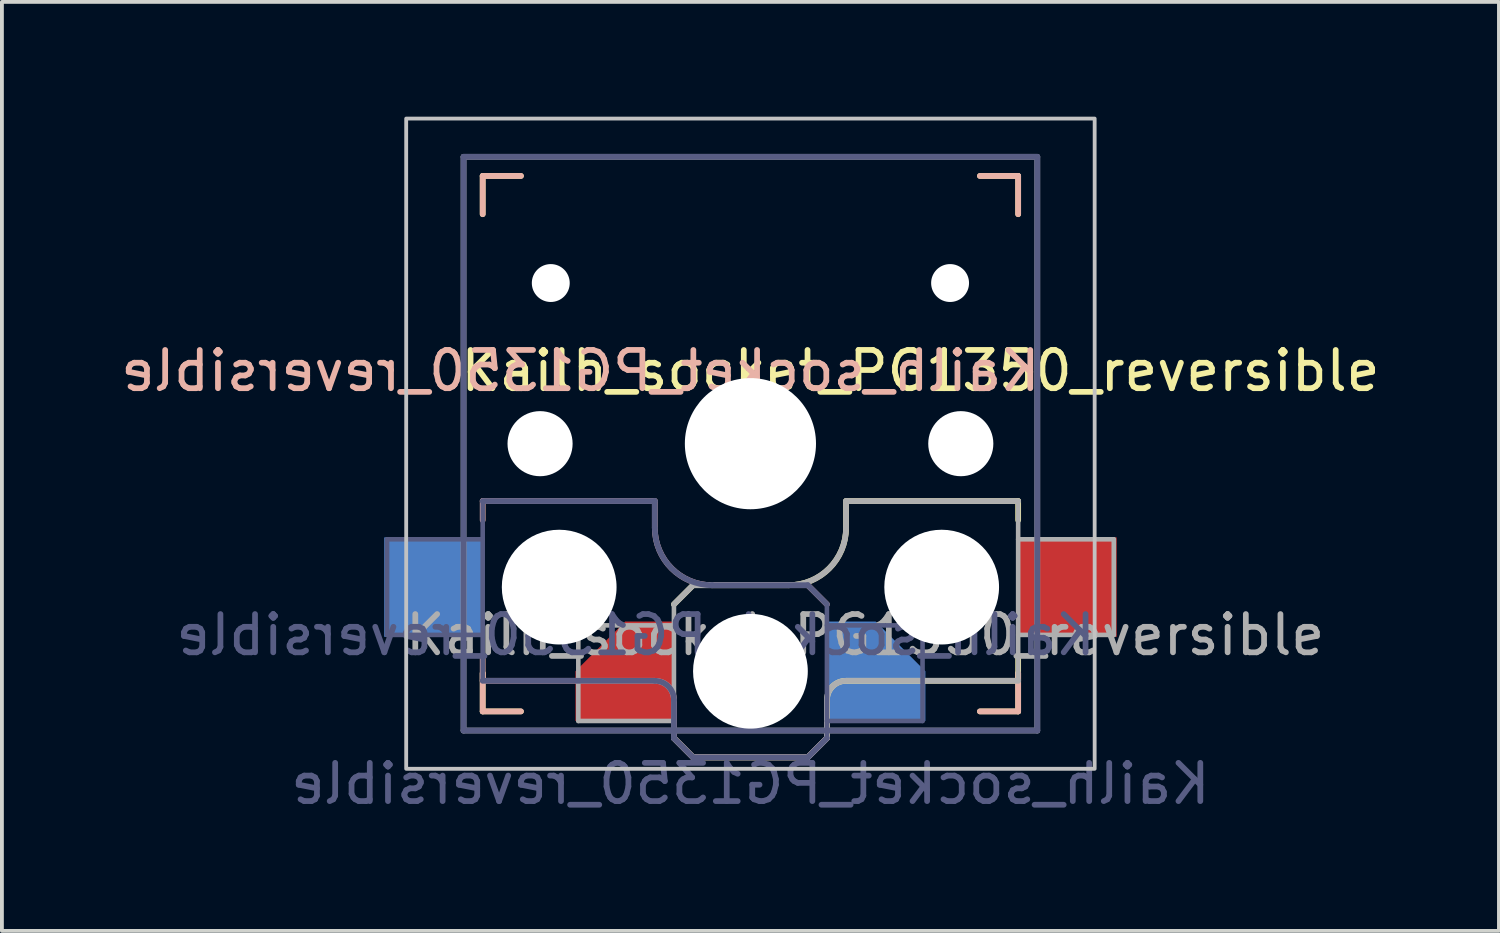
<source format=kicad_pcb>
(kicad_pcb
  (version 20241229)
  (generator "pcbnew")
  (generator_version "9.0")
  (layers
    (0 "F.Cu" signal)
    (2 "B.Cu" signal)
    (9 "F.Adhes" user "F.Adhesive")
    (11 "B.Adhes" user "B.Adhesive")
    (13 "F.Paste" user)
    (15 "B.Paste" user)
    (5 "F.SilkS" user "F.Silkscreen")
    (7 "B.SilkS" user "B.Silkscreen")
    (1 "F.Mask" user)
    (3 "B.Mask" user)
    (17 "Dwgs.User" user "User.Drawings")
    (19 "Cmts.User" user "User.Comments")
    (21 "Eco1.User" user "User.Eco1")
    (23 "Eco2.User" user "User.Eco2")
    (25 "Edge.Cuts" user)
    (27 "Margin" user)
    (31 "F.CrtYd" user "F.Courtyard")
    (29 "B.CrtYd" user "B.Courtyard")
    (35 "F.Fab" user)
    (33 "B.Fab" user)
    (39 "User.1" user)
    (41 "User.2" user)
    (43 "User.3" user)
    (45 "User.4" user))
  (footprint "Kailh_socket_PG1350_reversible"
    (layer "F.Cu")
    (at 16.57 8.55)
    (property "Reference" "Kailh_socket_PG1350_reversible" (at 4.445 -1.905 0) (layer "F.SilkS") (effects (font (size 1 1) (thickness 0.15))))
    (property "Value" "Kailh_socket_PG1350_reversible" (at 0 8.89 0) (layer "F.Fab") (hide yes) (effects (font (size 1 1) (thickness 0.15))))
    (attr smd)
    (fp_line (start -7 -7) (end -6 -7) (stroke (width 0.15) (type solid)) (layer "F.SilkS"))
    (fp_line (start -7 -6) (end -7 -7) (stroke (width 0.15) (type solid)) (layer "F.SilkS"))
    (fp_line (start -7 7) (end -7 6) (stroke (width 0.15) (type solid)) (layer "F.SilkS"))
    (fp_line (start -6 7) (end -7 7) (stroke (width 0.15) (type solid)) (layer "F.SilkS"))
    (fp_line (start -2 4.2) (end -1.5 3.7) (stroke (width 0.15) (type solid)) (layer "F.SilkS"))
    (fp_line (start -2 7.7) (end -1.5 8.2) (stroke (width 0.15) (type solid)) (layer "F.SilkS"))
    (fp_line (start -1.5 3.7) (end 1 3.7) (stroke (width 0.15) (type solid)) (layer "F.SilkS"))
    (fp_line (start -1.5 8.2) (end 1.5 8.2) (stroke (width 0.15) (type solid)) (layer "F.SilkS"))
    (fp_line (start 1.5 8.2) (end 2 7.7) (stroke (width 0.15) (type solid)) (layer "F.SilkS"))
    (fp_line (start 2 6.7) (end 2 7.7) (stroke (width 0.15) (type solid)) (layer "F.SilkS"))
    (fp_line (start 2.5 1.5) (end 7 1.5) (stroke (width 0.15) (type solid)) (layer "F.SilkS"))
    (fp_line (start 2.5 2.2) (end 2.5 1.5) (stroke (width 0.15) (type solid)) (layer "F.SilkS"))
    (fp_line (start 6 -7) (end 7 -7) (stroke (width 0.15) (type solid)) (layer "F.SilkS"))
    (fp_line (start 7 -7) (end 7 -6) (stroke (width 0.15) (type solid)) (layer "F.SilkS"))
    (fp_line (start 7 1.5) (end 7 2) (stroke (width 0.15) (type solid)) (layer "F.SilkS"))
    (fp_line (start 7 5.6) (end 7 6.2) (stroke (width 0.15) (type solid)) (layer "F.SilkS"))
    (fp_line (start 7 6) (end 7 7) (stroke (width 0.15) (type solid)) (layer "F.SilkS"))
    (fp_line (start 7 6.2) (end 2.5 6.2) (stroke (width 0.15) (type solid)) (layer "F.SilkS"))
    (fp_line (start 7 7) (end 6 7) (stroke (width 0.15) (type solid)) (layer "F.SilkS"))
    (fp_arc (start 2 6.7) (mid 2.146447 6.346447) (end 2.5 6.2) (stroke (width 0.15) (type solid)) (layer "F.SilkS"))
    (fp_arc (start 2.5 2.2) (mid 2.06066 3.26066) (end 1 3.7) (stroke (width 0.15) (type solid)) (layer "F.SilkS"))
    (fp_line (start -7 -7) (end -6 -7) (stroke (width 0.15) (type solid)) (layer "B.SilkS"))
    (fp_line (start -7 -6) (end -7 -7) (stroke (width 0.15) (type solid)) (layer "B.SilkS"))
    (fp_line (start -7 1.5) (end -7 2) (stroke (width 0.15) (type solid)) (layer "B.SilkS"))
    (fp_line (start -7 5.6) (end -7 6.2) (stroke (width 0.15) (type solid)) (layer "B.SilkS"))
    (fp_line (start -7 6.2) (end -2.5 6.2) (stroke (width 0.15) (type solid)) (layer "B.SilkS"))
    (fp_line (start -7 7) (end -7 6) (stroke (width 0.15) (type solid)) (layer "B.SilkS"))
    (fp_line (start -6 7) (end -7 7) (stroke (width 0.15) (type solid)) (layer "B.SilkS"))
    (fp_line (start -2.5 1.5) (end -7 1.5) (stroke (width 0.15) (type solid)) (layer "B.SilkS"))
    (fp_line (start -2.5 2.2) (end -2.5 1.5) (stroke (width 0.15) (type solid)) (layer "B.SilkS"))
    (fp_line (start -2 6.7) (end -2 7.7) (stroke (width 0.15) (type solid)) (layer "B.SilkS"))
    (fp_line (start -1.5 8.2) (end -2 7.7) (stroke (width 0.15) (type solid)) (layer "B.SilkS"))
    (fp_line (start 1.5 3.7) (end -1 3.7) (stroke (width 0.15) (type solid)) (layer "B.SilkS"))
    (fp_line (start 1.5 8.2) (end -1.5 8.2) (stroke (width 0.15) (type solid)) (layer "B.SilkS"))
    (fp_line (start 2 4.2) (end 1.5 3.7) (stroke (width 0.15) (type solid)) (layer "B.SilkS"))
    (fp_line (start 2 7.7) (end 1.5 8.2) (stroke (width 0.15) (type solid)) (layer "B.SilkS"))
    (fp_line (start 6 -7) (end 7 -7) (stroke (width 0.15) (type solid)) (layer "B.SilkS"))
    (fp_line (start 7 -7) (end 7 -6) (stroke (width 0.15) (type solid)) (layer "B.SilkS"))
    (fp_line (start 7 6) (end 7 7) (stroke (width 0.15) (type solid)) (layer "B.SilkS"))
    (fp_line (start 7 7) (end 6 7) (stroke (width 0.15) (type solid)) (layer "B.SilkS"))
    (fp_arc (start -2.5 6.2) (mid -2.146447 6.346447) (end -2 6.7) (stroke (width 0.15) (type solid)) (layer "B.SilkS"))
    (fp_arc (start -1 3.7) (mid -2.06066 3.26066) (end -2.5 2.2) (stroke (width 0.15) (type solid)) (layer "B.SilkS"))
    (fp_rect (start -9 -8.5) (end 9 8.5) (stroke (width 0.1) (type default)) (fill no) (layer "Dwgs.User"))
    (fp_line (start -6.9 6.9) (end -6.9 -6.9) (stroke (width 0.15) (type solid)) (layer "Eco2.User"))
    (fp_line (start -6.9 6.9) (end 6.9 6.9) (stroke (width 0.15) (type solid)) (layer "Eco2.User"))
    (fp_line (start -2.6 -3.1) (end -2.6 -6.3) (stroke (width 0.15) (type solid)) (layer "Eco2.User"))
    (fp_line (start -2.6 -3.1) (end 2.6 -3.1) (stroke (width 0.15) (type solid)) (layer "Eco2.User"))
    (fp_line (start 2.6 -6.3) (end -2.6 -6.3) (stroke (width 0.15) (type solid)) (layer "Eco2.User"))
    (fp_line (start 2.6 -3.1) (end 2.6 -6.3) (stroke (width 0.15) (type solid)) (layer "Eco2.User"))
    (fp_line (start 6.9 -6.9) (end -6.9 -6.9) (stroke (width 0.15) (type solid)) (layer "Eco2.User"))
    (fp_line (start 6.9 -6.9) (end 6.9 6.9) (stroke (width 0.15) (type solid)) (layer "Eco2.User"))
    (fp_line (start -9.5 2.5) (end -7 2.5) (stroke (width 0.12) (type solid)) (layer "B.Fab"))
    (fp_line (start -9.5 5) (end -9.5 2.5) (stroke (width 0.12) (type solid)) (layer "B.Fab"))
    (fp_line (start -7.5 -7.5) (end 7.5 -7.5) (stroke (width 0.15) (type solid)) (layer "B.Fab"))
    (fp_line (start -7.5 7.5) (end -7.5 -7.5) (stroke (width 0.15) (type solid)) (layer "B.Fab"))
    (fp_line (start -7 1.5) (end -7 6.2) (stroke (width 0.12) (type solid)) (layer "B.Fab"))
    (fp_line (start -7 5) (end -9.5 5) (stroke (width 0.12) (type solid)) (layer "B.Fab"))
    (fp_line (start -7 6.2) (end -2.5 6.2) (stroke (width 0.15) (type solid)) (layer "B.Fab"))
    (fp_line (start -2.5 1.5) (end -7 1.5) (stroke (width 0.15) (type solid)) (layer "B.Fab"))
    (fp_line (start -2.5 2.2) (end -2.5 1.5) (stroke (width 0.15) (type solid)) (layer "B.Fab"))
    (fp_line (start -2 6.7) (end -2 7.7) (stroke (width 0.15) (type solid)) (layer "B.Fab"))
    (fp_line (start -1.5 8.2) (end -2 7.7) (stroke (width 0.15) (type solid)) (layer "B.Fab"))
    (fp_line (start 1.5 3.7) (end -1 3.7) (stroke (width 0.15) (type solid)) (layer "B.Fab"))
    (fp_line (start 1.5 8.2) (end -1.5 8.2) (stroke (width 0.15) (type solid)) (layer "B.Fab"))
    (fp_line (start 2 4.2) (end 1.5 3.7) (stroke (width 0.15) (type solid)) (layer "B.Fab"))
    (fp_line (start 2 4.25) (end 2 7.7) (stroke (width 0.12) (type solid)) (layer "B.Fab"))
    (fp_line (start 2 4.75) (end 4.5 4.75) (stroke (width 0.12) (type solid)) (layer "B.Fab"))
    (fp_line (start 2 7.7) (end 1.5 8.2) (stroke (width 0.15) (type solid)) (layer "B.Fab"))
    (fp_line (start 4.5 4.75) (end 4.5 7.25) (stroke (width 0.12) (type solid)) (layer "B.Fab"))
    (fp_line (start 4.5 7.25) (end 2 7.25) (stroke (width 0.12) (type solid)) (layer "B.Fab"))
    (fp_line (start 7.5 -7.5) (end 7.5 7.5) (stroke (width 0.15) (type solid)) (layer "B.Fab"))
    (fp_line (start 7.5 7.5) (end -7.5 7.5) (stroke (width 0.15) (type solid)) (layer "B.Fab"))
    (fp_arc (start -2.5 6.2) (mid -2.146447 6.346447) (end -2 6.7) (stroke (width 0.15) (type solid)) (layer "B.Fab"))
    (fp_arc (start -1 3.7) (mid -2.06066 3.26066) (end -2.5 2.2) (stroke (width 0.15) (type solid)) (layer "B.Fab"))
    (fp_line (start -7.5 -7.5) (end 7.5 -7.5) (stroke (width 0.15) (type solid)) (layer "F.Fab"))
    (fp_line (start -7.5 7.5) (end -7.5 -7.5) (stroke (width 0.15) (type solid)) (layer "F.Fab"))
    (fp_line (start -4.5 4.75) (end -4.5 7.25) (stroke (width 0.12) (type solid)) (layer "F.Fab"))
    (fp_line (start -4.5 7.25) (end -2 7.25) (stroke (width 0.12) (type solid)) (layer "F.Fab"))
    (fp_line (start -2 4.2) (end -1.5 3.7) (stroke (width 0.15) (type solid)) (layer "F.Fab"))
    (fp_line (start -2 4.25) (end -2 7.7) (stroke (width 0.12) (type solid)) (layer "F.Fab"))
    (fp_line (start -2 4.75) (end -4.5 4.75) (stroke (width 0.12) (type solid)) (layer "F.Fab"))
    (fp_line (start -2 7.7) (end -1.5 8.2) (stroke (width 0.15) (type solid)) (layer "F.Fab"))
    (fp_line (start -1.5 3.7) (end 1 3.7) (stroke (width 0.15) (type solid)) (layer "F.Fab"))
    (fp_line (start -1.5 8.2) (end 1.5 8.2) (stroke (width 0.15) (type solid)) (layer "F.Fab"))
    (fp_line (start 1.5 8.2) (end 2 7.7) (stroke (width 0.15) (type solid)) (layer "F.Fab"))
    (fp_line (start 2 6.7) (end 2 7.7) (stroke (width 0.15) (type solid)) (layer "F.Fab"))
    (fp_line (start 2.5 1.5) (end 7 1.5) (stroke (width 0.15) (type solid)) (layer "F.Fab"))
    (fp_line (start 2.5 2.2) (end 2.5 1.5) (stroke (width 0.15) (type solid)) (layer "F.Fab"))
    (fp_line (start 7 1.5) (end 7 6.2) (stroke (width 0.12) (type solid)) (layer "F.Fab"))
    (fp_line (start 7 5) (end 9.5 5) (stroke (width 0.12) (type solid)) (layer "F.Fab"))
    (fp_line (start 7 6.2) (end 2.5 6.2) (stroke (width 0.15) (type solid)) (layer "F.Fab"))
    (fp_line (start 7.5 -7.5) (end 7.5 7.5) (stroke (width 0.15) (type solid)) (layer "F.Fab"))
    (fp_line (start 7.5 7.5) (end -7.5 7.5) (stroke (width 0.15) (type solid)) (layer "F.Fab"))
    (fp_line (start 9.5 2.5) (end 7 2.5) (stroke (width 0.12) (type solid)) (layer "F.Fab"))
    (fp_line (start 9.5 5) (end 9.5 2.5) (stroke (width 0.12) (type solid)) (layer "F.Fab"))
    (fp_arc (start 2 6.7) (mid 2.146447 6.346447) (end 2.5 6.2) (stroke (width 0.15) (type solid)) (layer "F.Fab"))
    (fp_arc (start 2.5 2.2) (mid 2.06066 3.26066) (end 1 3.7) (stroke (width 0.15) (type solid)) (layer "F.Fab"))
    (fp_text user "${REFERENCE}" (at -4.445 -1.905 0) (layer "B.SilkS") (effects (font (size 1 1) (thickness 0.15)) (justify mirror)))
    (fp_text user "${REFERENCE}" (at -3 5 0) (layer "B.Fab") (effects (font (size 1 1) (thickness 0.15)) (justify mirror)))
    (fp_text user "${VALUE}" (at 0 8.89 0) (layer "B.Fab") (effects (font (size 1 1) (thickness 0.15)) (justify mirror)))
    (fp_text user "${REFERENCE}" (at 3 5 180) (layer "F.Fab") (effects (font (size 1 1) (thickness 0.15))))
    (pad "" np_thru_hole circle (at -5.5 0) (size 1.702 1.702) (drill 1.702) (layers "*.Cu" "*.Mask"))
    (pad "" np_thru_hole circle (at -5.22 -4.2) (size 0.991 0.991) (drill 0.991) (layers "*.Cu" "*.Mask"))
    (pad "" np_thru_hole circle (at -5 3.75) (size 3 3) (drill 3) (layers "*.Cu" "*.Mask"))
    (pad "" np_thru_hole circle (at 0 0) (size 3.429 3.429) (drill 3.429) (layers "*.Cu" "*.Mask"))
    (pad "" np_thru_hole circle (at 0 5.95) (size 3 3) (drill 3) (layers "*.Cu" "*.Mask"))
    (pad "" np_thru_hole circle (at 5 3.75) (size 3 3) (drill 3) (layers "*.Cu" "*.Mask"))
    (pad "" np_thru_hole circle (at 5.22 -4.2) (size 0.991 0.991) (drill 0.991) (layers "*.Cu" "*.Mask"))
    (pad "" np_thru_hole circle (at 5.5 0) (size 1.702 1.702) (drill 1.702) (layers "*.Cu" "*.Mask"))
    (pad "1" smd roundrect (at -3.275 5.95) (size 2.6 2.6) (layers "F.Cu" "F.Mask" "F.Paste") (roundrect_rratio 0) (chamfer_ratio 0.5) (chamfer top_left))
    (pad "1" smd roundrect (at 3.275 5.95) (size 2.6 2.6) (layers "B.Cu" "B.Mask" "B.Paste") (roundrect_rratio 0) (chamfer_ratio 0.5) (chamfer top_right))
    (pad "2" smd rect (at -8.275 3.75) (size 2.6 2.6) (layers "B.Cu" "B.Mask" "B.Paste"))
    (pad "2" smd rect (at 8.275 3.75) (size 2.6 2.6) (layers "F.Cu" "F.Mask" "F.Paste")))
  (gr_rect
    (start -3 -3)
    (end 36.14 21.288)
    (stroke (width 0.1) (type default))
    (fill no)
    (layer "Edge.Cuts")))
</source>
